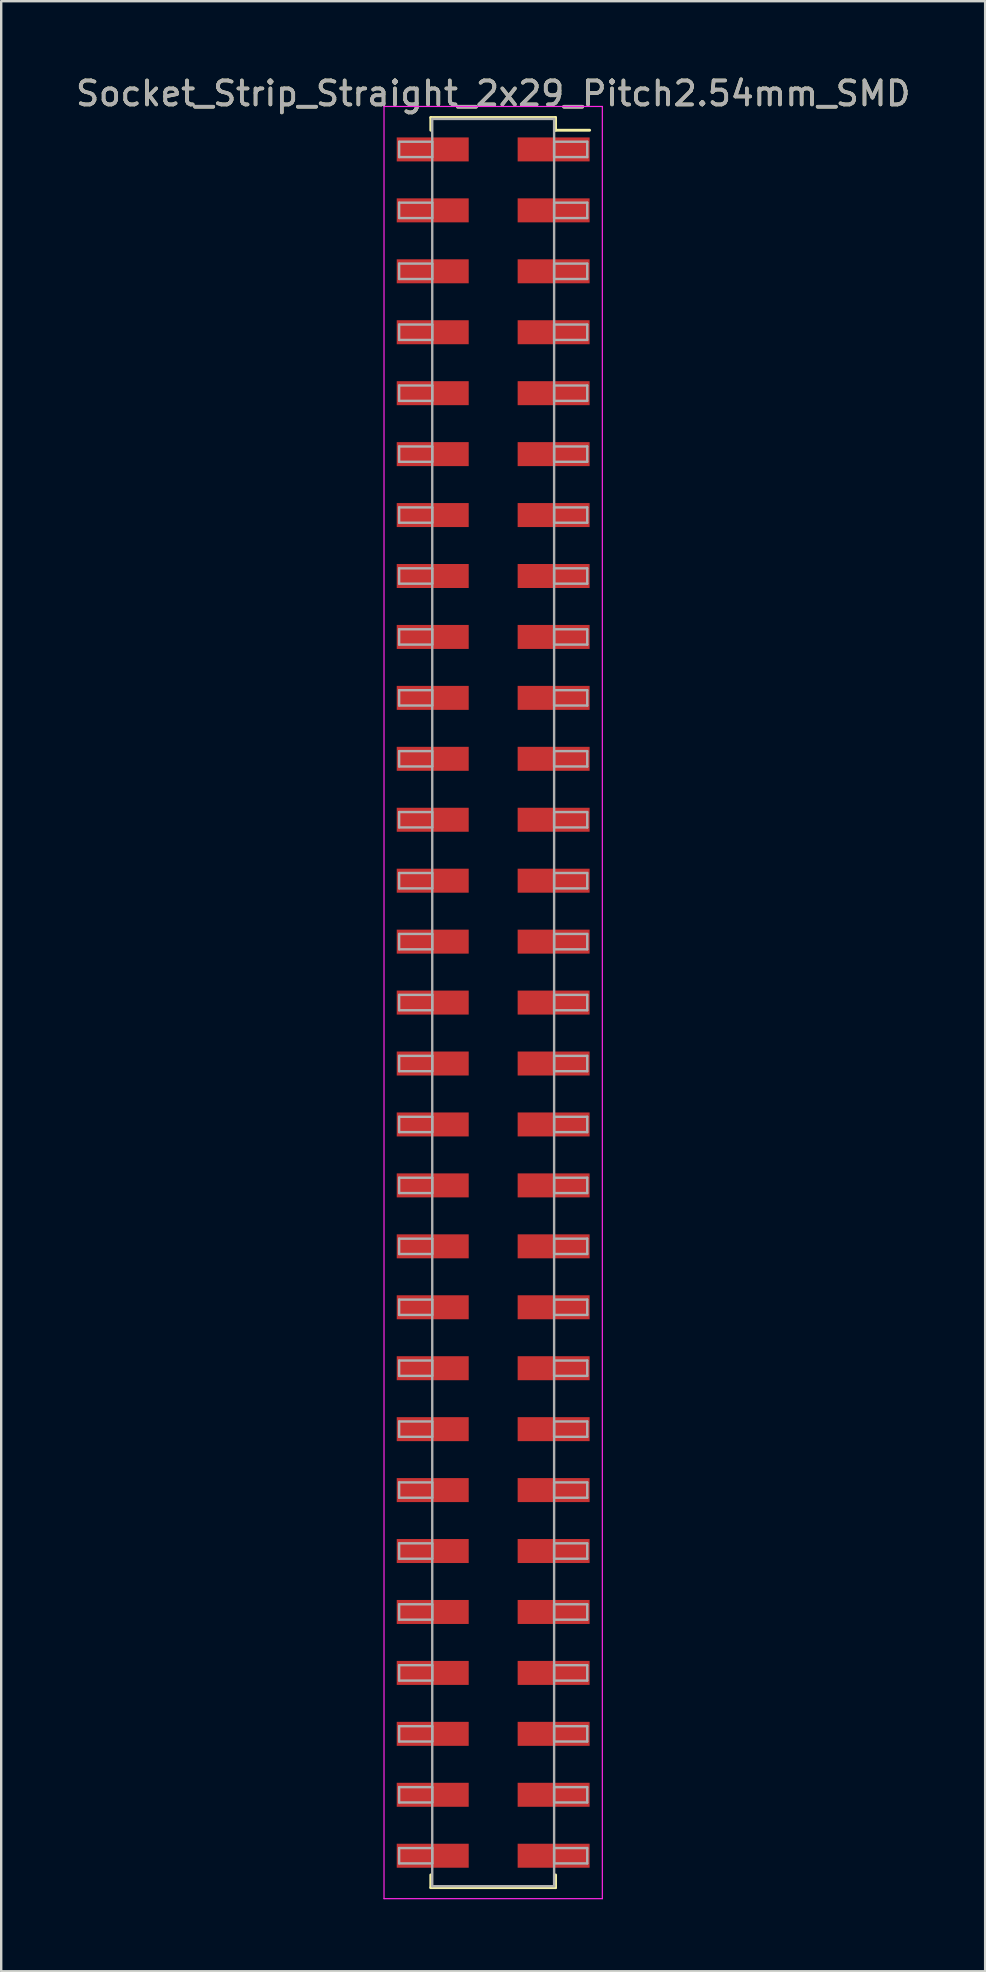
<source format=kicad_pcb>
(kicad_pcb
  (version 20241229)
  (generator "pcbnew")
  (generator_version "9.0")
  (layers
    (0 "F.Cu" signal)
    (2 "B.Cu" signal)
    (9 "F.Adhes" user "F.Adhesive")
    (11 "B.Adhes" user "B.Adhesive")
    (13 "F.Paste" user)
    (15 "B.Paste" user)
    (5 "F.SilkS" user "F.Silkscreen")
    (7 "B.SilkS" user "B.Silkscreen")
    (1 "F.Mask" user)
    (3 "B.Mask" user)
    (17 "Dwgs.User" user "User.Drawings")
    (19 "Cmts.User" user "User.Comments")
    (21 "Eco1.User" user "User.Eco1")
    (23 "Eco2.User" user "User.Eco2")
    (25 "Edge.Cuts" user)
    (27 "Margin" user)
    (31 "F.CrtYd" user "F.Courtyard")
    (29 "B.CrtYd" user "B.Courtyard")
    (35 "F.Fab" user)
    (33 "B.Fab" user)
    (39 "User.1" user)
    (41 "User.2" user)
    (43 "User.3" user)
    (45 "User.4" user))
  (footprint "Socket_Strip_Straight_2x29_Pitch2.54mm_SMD"
    (layer "F.Cu")
    (at 17.506 38.738)
    (property "Reference" "Socket_Strip_Straight_2x29_Pitch2.54mm_SMD" (at 0 -37.89 0) (layer "F.SilkS") (effects (font (size 1 1) (thickness 0.15))))
    (attr smd)
    (fp_line (start -2.6 -36.89) (end 2.6 -36.89) (stroke (width 0.12) (type solid)) (layer "F.SilkS"))
    (fp_line (start -2.6 -36.36) (end -2.6 -36.89) (stroke (width 0.12) (type solid)) (layer "F.SilkS"))
    (fp_line (start -2.6 36.36) (end -2.6 36.89) (stroke (width 0.12) (type solid)) (layer "F.SilkS"))
    (fp_line (start -2.6 36.89) (end 2.6 36.89) (stroke (width 0.12) (type solid)) (layer "F.SilkS"))
    (fp_line (start 2.6 -36.89) (end 2.6 -36.36) (stroke (width 0.12) (type solid)) (layer "F.SilkS"))
    (fp_line (start 2.6 36.89) (end 2.6 36.36) (stroke (width 0.12) (type solid)) (layer "F.SilkS"))
    (fp_line (start 4.02 -36.36) (end 2.6 -36.36) (stroke (width 0.12) (type solid)) (layer "F.SilkS"))
    (fp_line (start -4.55 -37.35) (end -4.55 37.35) (stroke (width 0.05) (type solid)) (layer "F.CrtYd"))
    (fp_line (start -4.55 37.35) (end 4.55 37.35) (stroke (width 0.05) (type solid)) (layer "F.CrtYd"))
    (fp_line (start 4.55 -37.35) (end -4.55 -37.35) (stroke (width 0.05) (type solid)) (layer "F.CrtYd"))
    (fp_line (start 4.55 37.35) (end 4.55 -37.35) (stroke (width 0.05) (type solid)) (layer "F.CrtYd"))
    (fp_line (start -3.92 -35.88) (end -2.54 -35.88) (stroke (width 0.1) (type solid)) (layer "F.Fab"))
    (fp_line (start -3.92 -35.24) (end -3.92 -35.88) (stroke (width 0.1) (type solid)) (layer "F.Fab"))
    (fp_line (start -3.92 -33.34) (end -2.54 -33.34) (stroke (width 0.1) (type solid)) (layer "F.Fab"))
    (fp_line (start -3.92 -32.7) (end -3.92 -33.34) (stroke (width 0.1) (type solid)) (layer "F.Fab"))
    (fp_line (start -3.92 -30.8) (end -2.54 -30.8) (stroke (width 0.1) (type solid)) (layer "F.Fab"))
    (fp_line (start -3.92 -30.16) (end -3.92 -30.8) (stroke (width 0.1) (type solid)) (layer "F.Fab"))
    (fp_line (start -3.92 -28.26) (end -2.54 -28.26) (stroke (width 0.1) (type solid)) (layer "F.Fab"))
    (fp_line (start -3.92 -27.62) (end -3.92 -28.26) (stroke (width 0.1) (type solid)) (layer "F.Fab"))
    (fp_line (start -3.92 -25.72) (end -2.54 -25.72) (stroke (width 0.1) (type solid)) (layer "F.Fab"))
    (fp_line (start -3.92 -25.08) (end -3.92 -25.72) (stroke (width 0.1) (type solid)) (layer "F.Fab"))
    (fp_line (start -3.92 -23.18) (end -2.54 -23.18) (stroke (width 0.1) (type solid)) (layer "F.Fab"))
    (fp_line (start -3.92 -22.54) (end -3.92 -23.18) (stroke (width 0.1) (type solid)) (layer "F.Fab"))
    (fp_line (start -3.92 -20.64) (end -2.54 -20.64) (stroke (width 0.1) (type solid)) (layer "F.Fab"))
    (fp_line (start -3.92 -20) (end -3.92 -20.64) (stroke (width 0.1) (type solid)) (layer "F.Fab"))
    (fp_line (start -3.92 -18.1) (end -2.54 -18.1) (stroke (width 0.1) (type solid)) (layer "F.Fab"))
    (fp_line (start -3.92 -17.46) (end -3.92 -18.1) (stroke (width 0.1) (type solid)) (layer "F.Fab"))
    (fp_line (start -3.92 -15.56) (end -2.54 -15.56) (stroke (width 0.1) (type solid)) (layer "F.Fab"))
    (fp_line (start -3.92 -14.92) (end -3.92 -15.56) (stroke (width 0.1) (type solid)) (layer "F.Fab"))
    (fp_line (start -3.92 -13.02) (end -2.54 -13.02) (stroke (width 0.1) (type solid)) (layer "F.Fab"))
    (fp_line (start -3.92 -12.38) (end -3.92 -13.02) (stroke (width 0.1) (type solid)) (layer "F.Fab"))
    (fp_line (start -3.92 -10.48) (end -2.54 -10.48) (stroke (width 0.1) (type solid)) (layer "F.Fab"))
    (fp_line (start -3.92 -9.84) (end -3.92 -10.48) (stroke (width 0.1) (type solid)) (layer "F.Fab"))
    (fp_line (start -3.92 -7.94) (end -2.54 -7.94) (stroke (width 0.1) (type solid)) (layer "F.Fab"))
    (fp_line (start -3.92 -7.3) (end -3.92 -7.94) (stroke (width 0.1) (type solid)) (layer "F.Fab"))
    (fp_line (start -3.92 -5.4) (end -2.54 -5.4) (stroke (width 0.1) (type solid)) (layer "F.Fab"))
    (fp_line (start -3.92 -4.76) (end -3.92 -5.4) (stroke (width 0.1) (type solid)) (layer "F.Fab"))
    (fp_line (start -3.92 -2.86) (end -2.54 -2.86) (stroke (width 0.1) (type solid)) (layer "F.Fab"))
    (fp_line (start -3.92 -2.22) (end -3.92 -2.86) (stroke (width 0.1) (type solid)) (layer "F.Fab"))
    (fp_line (start -3.92 -0.32) (end -2.54 -0.32) (stroke (width 0.1) (type solid)) (layer "F.Fab"))
    (fp_line (start -3.92 0.32) (end -3.92 -0.32) (stroke (width 0.1) (type solid)) (layer "F.Fab"))
    (fp_line (start -3.92 2.22) (end -2.54 2.22) (stroke (width 0.1) (type solid)) (layer "F.Fab"))
    (fp_line (start -3.92 2.86) (end -3.92 2.22) (stroke (width 0.1) (type solid)) (layer "F.Fab"))
    (fp_line (start -3.92 4.76) (end -2.54 4.76) (stroke (width 0.1) (type solid)) (layer "F.Fab"))
    (fp_line (start -3.92 5.4) (end -3.92 4.76) (stroke (width 0.1) (type solid)) (layer "F.Fab"))
    (fp_line (start -3.92 7.3) (end -2.54 7.3) (stroke (width 0.1) (type solid)) (layer "F.Fab"))
    (fp_line (start -3.92 7.94) (end -3.92 7.3) (stroke (width 0.1) (type solid)) (layer "F.Fab"))
    (fp_line (start -3.92 9.84) (end -2.54 9.84) (stroke (width 0.1) (type solid)) (layer "F.Fab"))
    (fp_line (start -3.92 10.48) (end -3.92 9.84) (stroke (width 0.1) (type solid)) (layer "F.Fab"))
    (fp_line (start -3.92 12.38) (end -2.54 12.38) (stroke (width 0.1) (type solid)) (layer "F.Fab"))
    (fp_line (start -3.92 13.02) (end -3.92 12.38) (stroke (width 0.1) (type solid)) (layer "F.Fab"))
    (fp_line (start -3.92 14.92) (end -2.54 14.92) (stroke (width 0.1) (type solid)) (layer "F.Fab"))
    (fp_line (start -3.92 15.56) (end -3.92 14.92) (stroke (width 0.1) (type solid)) (layer "F.Fab"))
    (fp_line (start -3.92 17.46) (end -2.54 17.46) (stroke (width 0.1) (type solid)) (layer "F.Fab"))
    (fp_line (start -3.92 18.1) (end -3.92 17.46) (stroke (width 0.1) (type solid)) (layer "F.Fab"))
    (fp_line (start -3.92 20) (end -2.54 20) (stroke (width 0.1) (type solid)) (layer "F.Fab"))
    (fp_line (start -3.92 20.64) (end -3.92 20) (stroke (width 0.1) (type solid)) (layer "F.Fab"))
    (fp_line (start -3.92 22.54) (end -2.54 22.54) (stroke (width 0.1) (type solid)) (layer "F.Fab"))
    (fp_line (start -3.92 23.18) (end -3.92 22.54) (stroke (width 0.1) (type solid)) (layer "F.Fab"))
    (fp_line (start -3.92 25.08) (end -2.54 25.08) (stroke (width 0.1) (type solid)) (layer "F.Fab"))
    (fp_line (start -3.92 25.72) (end -3.92 25.08) (stroke (width 0.1) (type solid)) (layer "F.Fab"))
    (fp_line (start -3.92 27.62) (end -2.54 27.62) (stroke (width 0.1) (type solid)) (layer "F.Fab"))
    (fp_line (start -3.92 28.26) (end -3.92 27.62) (stroke (width 0.1) (type solid)) (layer "F.Fab"))
    (fp_line (start -3.92 30.16) (end -2.54 30.16) (stroke (width 0.1) (type solid)) (layer "F.Fab"))
    (fp_line (start -3.92 30.8) (end -3.92 30.16) (stroke (width 0.1) (type solid)) (layer "F.Fab"))
    (fp_line (start -3.92 32.7) (end -2.54 32.7) (stroke (width 0.1) (type solid)) (layer "F.Fab"))
    (fp_line (start -3.92 33.34) (end -3.92 32.7) (stroke (width 0.1) (type solid)) (layer "F.Fab"))
    (fp_line (start -3.92 35.24) (end -2.54 35.24) (stroke (width 0.1) (type solid)) (layer "F.Fab"))
    (fp_line (start -3.92 35.88) (end -3.92 35.24) (stroke (width 0.1) (type solid)) (layer "F.Fab"))
    (fp_line (start -2.54 -36.83) (end -2.54 36.83) (stroke (width 0.1) (type solid)) (layer "F.Fab"))
    (fp_line (start -2.54 -35.88) (end -2.54 -35.24) (stroke (width 0.1) (type solid)) (layer "F.Fab"))
    (fp_line (start -2.54 -35.24) (end -3.92 -35.24) (stroke (width 0.1) (type solid)) (layer "F.Fab"))
    (fp_line (start -2.54 -33.34) (end -2.54 -32.7) (stroke (width 0.1) (type solid)) (layer "F.Fab"))
    (fp_line (start -2.54 -32.7) (end -3.92 -32.7) (stroke (width 0.1) (type solid)) (layer "F.Fab"))
    (fp_line (start -2.54 -30.8) (end -2.54 -30.16) (stroke (width 0.1) (type solid)) (layer "F.Fab"))
    (fp_line (start -2.54 -30.16) (end -3.92 -30.16) (stroke (width 0.1) (type solid)) (layer "F.Fab"))
    (fp_line (start -2.54 -28.26) (end -2.54 -27.62) (stroke (width 0.1) (type solid)) (layer "F.Fab"))
    (fp_line (start -2.54 -27.62) (end -3.92 -27.62) (stroke (width 0.1) (type solid)) (layer "F.Fab"))
    (fp_line (start -2.54 -25.72) (end -2.54 -25.08) (stroke (width 0.1) (type solid)) (layer "F.Fab"))
    (fp_line (start -2.54 -25.08) (end -3.92 -25.08) (stroke (width 0.1) (type solid)) (layer "F.Fab"))
    (fp_line (start -2.54 -23.18) (end -2.54 -22.54) (stroke (width 0.1) (type solid)) (layer "F.Fab"))
    (fp_line (start -2.54 -22.54) (end -3.92 -22.54) (stroke (width 0.1) (type solid)) (layer "F.Fab"))
    (fp_line (start -2.54 -20.64) (end -2.54 -20) (stroke (width 0.1) (type solid)) (layer "F.Fab"))
    (fp_line (start -2.54 -20) (end -3.92 -20) (stroke (width 0.1) (type solid)) (layer "F.Fab"))
    (fp_line (start -2.54 -18.1) (end -2.54 -17.46) (stroke (width 0.1) (type solid)) (layer "F.Fab"))
    (fp_line (start -2.54 -17.46) (end -3.92 -17.46) (stroke (width 0.1) (type solid)) (layer "F.Fab"))
    (fp_line (start -2.54 -15.56) (end -2.54 -14.92) (stroke (width 0.1) (type solid)) (layer "F.Fab"))
    (fp_line (start -2.54 -14.92) (end -3.92 -14.92) (stroke (width 0.1) (type solid)) (layer "F.Fab"))
    (fp_line (start -2.54 -13.02) (end -2.54 -12.38) (stroke (width 0.1) (type solid)) (layer "F.Fab"))
    (fp_line (start -2.54 -12.38) (end -3.92 -12.38) (stroke (width 0.1) (type solid)) (layer "F.Fab"))
    (fp_line (start -2.54 -10.48) (end -2.54 -9.84) (stroke (width 0.1) (type solid)) (layer "F.Fab"))
    (fp_line (start -2.54 -9.84) (end -3.92 -9.84) (stroke (width 0.1) (type solid)) (layer "F.Fab"))
    (fp_line (start -2.54 -7.94) (end -2.54 -7.3) (stroke (width 0.1) (type solid)) (layer "F.Fab"))
    (fp_line (start -2.54 -7.3) (end -3.92 -7.3) (stroke (width 0.1) (type solid)) (layer "F.Fab"))
    (fp_line (start -2.54 -5.4) (end -2.54 -4.76) (stroke (width 0.1) (type solid)) (layer "F.Fab"))
    (fp_line (start -2.54 -4.76) (end -3.92 -4.76) (stroke (width 0.1) (type solid)) (layer "F.Fab"))
    (fp_line (start -2.54 -2.86) (end -2.54 -2.22) (stroke (width 0.1) (type solid)) (layer "F.Fab"))
    (fp_line (start -2.54 -2.22) (end -3.92 -2.22) (stroke (width 0.1) (type solid)) (layer "F.Fab"))
    (fp_line (start -2.54 -0.32) (end -2.54 0.32) (stroke (width 0.1) (type solid)) (layer "F.Fab"))
    (fp_line (start -2.54 0.32) (end -3.92 0.32) (stroke (width 0.1) (type solid)) (layer "F.Fab"))
    (fp_line (start -2.54 2.22) (end -2.54 2.86) (stroke (width 0.1) (type solid)) (layer "F.Fab"))
    (fp_line (start -2.54 2.86) (end -3.92 2.86) (stroke (width 0.1) (type solid)) (layer "F.Fab"))
    (fp_line (start -2.54 4.76) (end -2.54 5.4) (stroke (width 0.1) (type solid)) (layer "F.Fab"))
    (fp_line (start -2.54 5.4) (end -3.92 5.4) (stroke (width 0.1) (type solid)) (layer "F.Fab"))
    (fp_line (start -2.54 7.3) (end -2.54 7.94) (stroke (width 0.1) (type solid)) (layer "F.Fab"))
    (fp_line (start -2.54 7.94) (end -3.92 7.94) (stroke (width 0.1) (type solid)) (layer "F.Fab"))
    (fp_line (start -2.54 9.84) (end -2.54 10.48) (stroke (width 0.1) (type solid)) (layer "F.Fab"))
    (fp_line (start -2.54 10.48) (end -3.92 10.48) (stroke (width 0.1) (type solid)) (layer "F.Fab"))
    (fp_line (start -2.54 12.38) (end -2.54 13.02) (stroke (width 0.1) (type solid)) (layer "F.Fab"))
    (fp_line (start -2.54 13.02) (end -3.92 13.02) (stroke (width 0.1) (type solid)) (layer "F.Fab"))
    (fp_line (start -2.54 14.92) (end -2.54 15.56) (stroke (width 0.1) (type solid)) (layer "F.Fab"))
    (fp_line (start -2.54 15.56) (end -3.92 15.56) (stroke (width 0.1) (type solid)) (layer "F.Fab"))
    (fp_line (start -2.54 17.46) (end -2.54 18.1) (stroke (width 0.1) (type solid)) (layer "F.Fab"))
    (fp_line (start -2.54 18.1) (end -3.92 18.1) (stroke (width 0.1) (type solid)) (layer "F.Fab"))
    (fp_line (start -2.54 20) (end -2.54 20.64) (stroke (width 0.1) (type solid)) (layer "F.Fab"))
    (fp_line (start -2.54 20.64) (end -3.92 20.64) (stroke (width 0.1) (type solid)) (layer "F.Fab"))
    (fp_line (start -2.54 22.54) (end -2.54 23.18) (stroke (width 0.1) (type solid)) (layer "F.Fab"))
    (fp_line (start -2.54 23.18) (end -3.92 23.18) (stroke (width 0.1) (type solid)) (layer "F.Fab"))
    (fp_line (start -2.54 25.08) (end -2.54 25.72) (stroke (width 0.1) (type solid)) (layer "F.Fab"))
    (fp_line (start -2.54 25.72) (end -3.92 25.72) (stroke (width 0.1) (type solid)) (layer "F.Fab"))
    (fp_line (start -2.54 27.62) (end -2.54 28.26) (stroke (width 0.1) (type solid)) (layer "F.Fab"))
    (fp_line (start -2.54 28.26) (end -3.92 28.26) (stroke (width 0.1) (type solid)) (layer "F.Fab"))
    (fp_line (start -2.54 30.16) (end -2.54 30.8) (stroke (width 0.1) (type solid)) (layer "F.Fab"))
    (fp_line (start -2.54 30.8) (end -3.92 30.8) (stroke (width 0.1) (type solid)) (layer "F.Fab"))
    (fp_line (start -2.54 32.7) (end -2.54 33.34) (stroke (width 0.1) (type solid)) (layer "F.Fab"))
    (fp_line (start -2.54 33.34) (end -3.92 33.34) (stroke (width 0.1) (type solid)) (layer "F.Fab"))
    (fp_line (start -2.54 35.24) (end -2.54 35.88) (stroke (width 0.1) (type solid)) (layer "F.Fab"))
    (fp_line (start -2.54 35.88) (end -3.92 35.88) (stroke (width 0.1) (type solid)) (layer "F.Fab"))
    (fp_line (start -2.54 36.83) (end 2.54 36.83) (stroke (width 0.1) (type solid)) (layer "F.Fab"))
    (fp_line (start 2.54 -36.83) (end -2.54 -36.83) (stroke (width 0.1) (type solid)) (layer "F.Fab"))
    (fp_line (start 2.54 -35.88) (end 2.54 -35.24) (stroke (width 0.1) (type solid)) (layer "F.Fab"))
    (fp_line (start 2.54 -35.24) (end 3.92 -35.24) (stroke (width 0.1) (type solid)) (layer "F.Fab"))
    (fp_line (start 2.54 -33.34) (end 2.54 -32.7) (stroke (width 0.1) (type solid)) (layer "F.Fab"))
    (fp_line (start 2.54 -32.7) (end 3.92 -32.7) (stroke (width 0.1) (type solid)) (layer "F.Fab"))
    (fp_line (start 2.54 -30.8) (end 2.54 -30.16) (stroke (width 0.1) (type solid)) (layer "F.Fab"))
    (fp_line (start 2.54 -30.16) (end 3.92 -30.16) (stroke (width 0.1) (type solid)) (layer "F.Fab"))
    (fp_line (start 2.54 -28.26) (end 2.54 -27.62) (stroke (width 0.1) (type solid)) (layer "F.Fab"))
    (fp_line (start 2.54 -27.62) (end 3.92 -27.62) (stroke (width 0.1) (type solid)) (layer "F.Fab"))
    (fp_line (start 2.54 -25.72) (end 2.54 -25.08) (stroke (width 0.1) (type solid)) (layer "F.Fab"))
    (fp_line (start 2.54 -25.08) (end 3.92 -25.08) (stroke (width 0.1) (type solid)) (layer "F.Fab"))
    (fp_line (start 2.54 -23.18) (end 2.54 -22.54) (stroke (width 0.1) (type solid)) (layer "F.Fab"))
    (fp_line (start 2.54 -22.54) (end 3.92 -22.54) (stroke (width 0.1) (type solid)) (layer "F.Fab"))
    (fp_line (start 2.54 -20.64) (end 2.54 -20) (stroke (width 0.1) (type solid)) (layer "F.Fab"))
    (fp_line (start 2.54 -20) (end 3.92 -20) (stroke (width 0.1) (type solid)) (layer "F.Fab"))
    (fp_line (start 2.54 -18.1) (end 2.54 -17.46) (stroke (width 0.1) (type solid)) (layer "F.Fab"))
    (fp_line (start 2.54 -17.46) (end 3.92 -17.46) (stroke (width 0.1) (type solid)) (layer "F.Fab"))
    (fp_line (start 2.54 -15.56) (end 2.54 -14.92) (stroke (width 0.1) (type solid)) (layer "F.Fab"))
    (fp_line (start 2.54 -14.92) (end 3.92 -14.92) (stroke (width 0.1) (type solid)) (layer "F.Fab"))
    (fp_line (start 2.54 -13.02) (end 2.54 -12.38) (stroke (width 0.1) (type solid)) (layer "F.Fab"))
    (fp_line (start 2.54 -12.38) (end 3.92 -12.38) (stroke (width 0.1) (type solid)) (layer "F.Fab"))
    (fp_line (start 2.54 -10.48) (end 2.54 -9.84) (stroke (width 0.1) (type solid)) (layer "F.Fab"))
    (fp_line (start 2.54 -9.84) (end 3.92 -9.84) (stroke (width 0.1) (type solid)) (layer "F.Fab"))
    (fp_line (start 2.54 -7.94) (end 2.54 -7.3) (stroke (width 0.1) (type solid)) (layer "F.Fab"))
    (fp_line (start 2.54 -7.3) (end 3.92 -7.3) (stroke (width 0.1) (type solid)) (layer "F.Fab"))
    (fp_line (start 2.54 -5.4) (end 2.54 -4.76) (stroke (width 0.1) (type solid)) (layer "F.Fab"))
    (fp_line (start 2.54 -4.76) (end 3.92 -4.76) (stroke (width 0.1) (type solid)) (layer "F.Fab"))
    (fp_line (start 2.54 -2.86) (end 2.54 -2.22) (stroke (width 0.1) (type solid)) (layer "F.Fab"))
    (fp_line (start 2.54 -2.22) (end 3.92 -2.22) (stroke (width 0.1) (type solid)) (layer "F.Fab"))
    (fp_line (start 2.54 -0.32) (end 2.54 0.32) (stroke (width 0.1) (type solid)) (layer "F.Fab"))
    (fp_line (start 2.54 0.32) (end 3.92 0.32) (stroke (width 0.1) (type solid)) (layer "F.Fab"))
    (fp_line (start 2.54 2.22) (end 2.54 2.86) (stroke (width 0.1) (type solid)) (layer "F.Fab"))
    (fp_line (start 2.54 2.86) (end 3.92 2.86) (stroke (width 0.1) (type solid)) (layer "F.Fab"))
    (fp_line (start 2.54 4.76) (end 2.54 5.4) (stroke (width 0.1) (type solid)) (layer "F.Fab"))
    (fp_line (start 2.54 5.4) (end 3.92 5.4) (stroke (width 0.1) (type solid)) (layer "F.Fab"))
    (fp_line (start 2.54 7.3) (end 2.54 7.94) (stroke (width 0.1) (type solid)) (layer "F.Fab"))
    (fp_line (start 2.54 7.94) (end 3.92 7.94) (stroke (width 0.1) (type solid)) (layer "F.Fab"))
    (fp_line (start 2.54 9.84) (end 2.54 10.48) (stroke (width 0.1) (type solid)) (layer "F.Fab"))
    (fp_line (start 2.54 10.48) (end 3.92 10.48) (stroke (width 0.1) (type solid)) (layer "F.Fab"))
    (fp_line (start 2.54 12.38) (end 2.54 13.02) (stroke (width 0.1) (type solid)) (layer "F.Fab"))
    (fp_line (start 2.54 13.02) (end 3.92 13.02) (stroke (width 0.1) (type solid)) (layer "F.Fab"))
    (fp_line (start 2.54 14.92) (end 2.54 15.56) (stroke (width 0.1) (type solid)) (layer "F.Fab"))
    (fp_line (start 2.54 15.56) (end 3.92 15.56) (stroke (width 0.1) (type solid)) (layer "F.Fab"))
    (fp_line (start 2.54 17.46) (end 2.54 18.1) (stroke (width 0.1) (type solid)) (layer "F.Fab"))
    (fp_line (start 2.54 18.1) (end 3.92 18.1) (stroke (width 0.1) (type solid)) (layer "F.Fab"))
    (fp_line (start 2.54 20) (end 2.54 20.64) (stroke (width 0.1) (type solid)) (layer "F.Fab"))
    (fp_line (start 2.54 20.64) (end 3.92 20.64) (stroke (width 0.1) (type solid)) (layer "F.Fab"))
    (fp_line (start 2.54 22.54) (end 2.54 23.18) (stroke (width 0.1) (type solid)) (layer "F.Fab"))
    (fp_line (start 2.54 23.18) (end 3.92 23.18) (stroke (width 0.1) (type solid)) (layer "F.Fab"))
    (fp_line (start 2.54 25.08) (end 2.54 25.72) (stroke (width 0.1) (type solid)) (layer "F.Fab"))
    (fp_line (start 2.54 25.72) (end 3.92 25.72) (stroke (width 0.1) (type solid)) (layer "F.Fab"))
    (fp_line (start 2.54 27.62) (end 2.54 28.26) (stroke (width 0.1) (type solid)) (layer "F.Fab"))
    (fp_line (start 2.54 28.26) (end 3.92 28.26) (stroke (width 0.1) (type solid)) (layer "F.Fab"))
    (fp_line (start 2.54 30.16) (end 2.54 30.8) (stroke (width 0.1) (type solid)) (layer "F.Fab"))
    (fp_line (start 2.54 30.8) (end 3.92 30.8) (stroke (width 0.1) (type solid)) (layer "F.Fab"))
    (fp_line (start 2.54 32.7) (end 2.54 33.34) (stroke (width 0.1) (type solid)) (layer "F.Fab"))
    (fp_line (start 2.54 33.34) (end 3.92 33.34) (stroke (width 0.1) (type solid)) (layer "F.Fab"))
    (fp_line (start 2.54 35.24) (end 2.54 35.88) (stroke (width 0.1) (type solid)) (layer "F.Fab"))
    (fp_line (start 2.54 35.88) (end 3.92 35.88) (stroke (width 0.1) (type solid)) (layer "F.Fab"))
    (fp_line (start 2.54 36.83) (end 2.54 -36.83) (stroke (width 0.1) (type solid)) (layer "F.Fab"))
    (fp_line (start 3.92 -35.88) (end 2.54 -35.88) (stroke (width 0.1) (type solid)) (layer "F.Fab"))
    (fp_line (start 3.92 -35.24) (end 3.92 -35.88) (stroke (width 0.1) (type solid)) (layer "F.Fab"))
    (fp_line (start 3.92 -33.34) (end 2.54 -33.34) (stroke (width 0.1) (type solid)) (layer "F.Fab"))
    (fp_line (start 3.92 -32.7) (end 3.92 -33.34) (stroke (width 0.1) (type solid)) (layer "F.Fab"))
    (fp_line (start 3.92 -30.8) (end 2.54 -30.8) (stroke (width 0.1) (type solid)) (layer "F.Fab"))
    (fp_line (start 3.92 -30.16) (end 3.92 -30.8) (stroke (width 0.1) (type solid)) (layer "F.Fab"))
    (fp_line (start 3.92 -28.26) (end 2.54 -28.26) (stroke (width 0.1) (type solid)) (layer "F.Fab"))
    (fp_line (start 3.92 -27.62) (end 3.92 -28.26) (stroke (width 0.1) (type solid)) (layer "F.Fab"))
    (fp_line (start 3.92 -25.72) (end 2.54 -25.72) (stroke (width 0.1) (type solid)) (layer "F.Fab"))
    (fp_line (start 3.92 -25.08) (end 3.92 -25.72) (stroke (width 0.1) (type solid)) (layer "F.Fab"))
    (fp_line (start 3.92 -23.18) (end 2.54 -23.18) (stroke (width 0.1) (type solid)) (layer "F.Fab"))
    (fp_line (start 3.92 -22.54) (end 3.92 -23.18) (stroke (width 0.1) (type solid)) (layer "F.Fab"))
    (fp_line (start 3.92 -20.64) (end 2.54 -20.64) (stroke (width 0.1) (type solid)) (layer "F.Fab"))
    (fp_line (start 3.92 -20) (end 3.92 -20.64) (stroke (width 0.1) (type solid)) (layer "F.Fab"))
    (fp_line (start 3.92 -18.1) (end 2.54 -18.1) (stroke (width 0.1) (type solid)) (layer "F.Fab"))
    (fp_line (start 3.92 -17.46) (end 3.92 -18.1) (stroke (width 0.1) (type solid)) (layer "F.Fab"))
    (fp_line (start 3.92 -15.56) (end 2.54 -15.56) (stroke (width 0.1) (type solid)) (layer "F.Fab"))
    (fp_line (start 3.92 -14.92) (end 3.92 -15.56) (stroke (width 0.1) (type solid)) (layer "F.Fab"))
    (fp_line (start 3.92 -13.02) (end 2.54 -13.02) (stroke (width 0.1) (type solid)) (layer "F.Fab"))
    (fp_line (start 3.92 -12.38) (end 3.92 -13.02) (stroke (width 0.1) (type solid)) (layer "F.Fab"))
    (fp_line (start 3.92 -10.48) (end 2.54 -10.48) (stroke (width 0.1) (type solid)) (layer "F.Fab"))
    (fp_line (start 3.92 -9.84) (end 3.92 -10.48) (stroke (width 0.1) (type solid)) (layer "F.Fab"))
    (fp_line (start 3.92 -7.94) (end 2.54 -7.94) (stroke (width 0.1) (type solid)) (layer "F.Fab"))
    (fp_line (start 3.92 -7.3) (end 3.92 -7.94) (stroke (width 0.1) (type solid)) (layer "F.Fab"))
    (fp_line (start 3.92 -5.4) (end 2.54 -5.4) (stroke (width 0.1) (type solid)) (layer "F.Fab"))
    (fp_line (start 3.92 -4.76) (end 3.92 -5.4) (stroke (width 0.1) (type solid)) (layer "F.Fab"))
    (fp_line (start 3.92 -2.86) (end 2.54 -2.86) (stroke (width 0.1) (type solid)) (layer "F.Fab"))
    (fp_line (start 3.92 -2.22) (end 3.92 -2.86) (stroke (width 0.1) (type solid)) (layer "F.Fab"))
    (fp_line (start 3.92 -0.32) (end 2.54 -0.32) (stroke (width 0.1) (type solid)) (layer "F.Fab"))
    (fp_line (start 3.92 0.32) (end 3.92 -0.32) (stroke (width 0.1) (type solid)) (layer "F.Fab"))
    (fp_line (start 3.92 2.22) (end 2.54 2.22) (stroke (width 0.1) (type solid)) (layer "F.Fab"))
    (fp_line (start 3.92 2.86) (end 3.92 2.22) (stroke (width 0.1) (type solid)) (layer "F.Fab"))
    (fp_line (start 3.92 4.76) (end 2.54 4.76) (stroke (width 0.1) (type solid)) (layer "F.Fab"))
    (fp_line (start 3.92 5.4) (end 3.92 4.76) (stroke (width 0.1) (type solid)) (layer "F.Fab"))
    (fp_line (start 3.92 7.3) (end 2.54 7.3) (stroke (width 0.1) (type solid)) (layer "F.Fab"))
    (fp_line (start 3.92 7.94) (end 3.92 7.3) (stroke (width 0.1) (type solid)) (layer "F.Fab"))
    (fp_line (start 3.92 9.84) (end 2.54 9.84) (stroke (width 0.1) (type solid)) (layer "F.Fab"))
    (fp_line (start 3.92 10.48) (end 3.92 9.84) (stroke (width 0.1) (type solid)) (layer "F.Fab"))
    (fp_line (start 3.92 12.38) (end 2.54 12.38) (stroke (width 0.1) (type solid)) (layer "F.Fab"))
    (fp_line (start 3.92 13.02) (end 3.92 12.38) (stroke (width 0.1) (type solid)) (layer "F.Fab"))
    (fp_line (start 3.92 14.92) (end 2.54 14.92) (stroke (width 0.1) (type solid)) (layer "F.Fab"))
    (fp_line (start 3.92 15.56) (end 3.92 14.92) (stroke (width 0.1) (type solid)) (layer "F.Fab"))
    (fp_line (start 3.92 17.46) (end 2.54 17.46) (stroke (width 0.1) (type solid)) (layer "F.Fab"))
    (fp_line (start 3.92 18.1) (end 3.92 17.46) (stroke (width 0.1) (type solid)) (layer "F.Fab"))
    (fp_line (start 3.92 20) (end 2.54 20) (stroke (width 0.1) (type solid)) (layer "F.Fab"))
    (fp_line (start 3.92 20.64) (end 3.92 20) (stroke (width 0.1) (type solid)) (layer "F.Fab"))
    (fp_line (start 3.92 22.54) (end 2.54 22.54) (stroke (width 0.1) (type solid)) (layer "F.Fab"))
    (fp_line (start 3.92 23.18) (end 3.92 22.54) (stroke (width 0.1) (type solid)) (layer "F.Fab"))
    (fp_line (start 3.92 25.08) (end 2.54 25.08) (stroke (width 0.1) (type solid)) (layer "F.Fab"))
    (fp_line (start 3.92 25.72) (end 3.92 25.08) (stroke (width 0.1) (type solid)) (layer "F.Fab"))
    (fp_line (start 3.92 27.62) (end 2.54 27.62) (stroke (width 0.1) (type solid)) (layer "F.Fab"))
    (fp_line (start 3.92 28.26) (end 3.92 27.62) (stroke (width 0.1) (type solid)) (layer "F.Fab"))
    (fp_line (start 3.92 30.16) (end 2.54 30.16) (stroke (width 0.1) (type solid)) (layer "F.Fab"))
    (fp_line (start 3.92 30.8) (end 3.92 30.16) (stroke (width 0.1) (type solid)) (layer "F.Fab"))
    (fp_line (start 3.92 32.7) (end 2.54 32.7) (stroke (width 0.1) (type solid)) (layer "F.Fab"))
    (fp_line (start 3.92 33.34) (end 3.92 32.7) (stroke (width 0.1) (type solid)) (layer "F.Fab"))
    (fp_line (start 3.92 35.24) (end 2.54 35.24) (stroke (width 0.1) (type solid)) (layer "F.Fab"))
    (fp_line (start 3.92 35.88) (end 3.92 35.24) (stroke (width 0.1) (type solid)) (layer "F.Fab"))
    (fp_text user "${REFERENCE}" (at 0 -37.89 0) (layer "F.Fab") (effects (font (size 1 1) (thickness 0.15))))
    (pad "1" smd rect (at 2.52 -35.56) (size 3 1) (layers "F.Cu" "F.Mask" "F.Paste"))
    (pad "2" smd rect (at -2.52 -35.56) (size 3 1) (layers "F.Cu" "F.Mask" "F.Paste"))
    (pad "3" smd rect (at 2.52 -33.02) (size 3 1) (layers "F.Cu" "F.Mask" "F.Paste"))
    (pad "4" smd rect (at -2.52 -33.02) (size 3 1) (layers "F.Cu" "F.Mask" "F.Paste"))
    (pad "5" smd rect (at 2.52 -30.48) (size 3 1) (layers "F.Cu" "F.Mask" "F.Paste"))
    (pad "6" smd rect (at -2.52 -30.48) (size 3 1) (layers "F.Cu" "F.Mask" "F.Paste"))
    (pad "7" smd rect (at 2.52 -27.94) (size 3 1) (layers "F.Cu" "F.Mask" "F.Paste"))
    (pad "8" smd rect (at -2.52 -27.94) (size 3 1) (layers "F.Cu" "F.Mask" "F.Paste"))
    (pad "9" smd rect (at 2.52 -25.4) (size 3 1) (layers "F.Cu" "F.Mask" "F.Paste"))
    (pad "10" smd rect (at -2.52 -25.4) (size 3 1) (layers "F.Cu" "F.Mask" "F.Paste"))
    (pad "11" smd rect (at 2.52 -22.86) (size 3 1) (layers "F.Cu" "F.Mask" "F.Paste"))
    (pad "12" smd rect (at -2.52 -22.86) (size 3 1) (layers "F.Cu" "F.Mask" "F.Paste"))
    (pad "13" smd rect (at 2.52 -20.32) (size 3 1) (layers "F.Cu" "F.Mask" "F.Paste"))
    (pad "14" smd rect (at -2.52 -20.32) (size 3 1) (layers "F.Cu" "F.Mask" "F.Paste"))
    (pad "15" smd rect (at 2.52 -17.78) (size 3 1) (layers "F.Cu" "F.Mask" "F.Paste"))
    (pad "16" smd rect (at -2.52 -17.78) (size 3 1) (layers "F.Cu" "F.Mask" "F.Paste"))
    (pad "17" smd rect (at 2.52 -15.24) (size 3 1) (layers "F.Cu" "F.Mask" "F.Paste"))
    (pad "18" smd rect (at -2.52 -15.24) (size 3 1) (layers "F.Cu" "F.Mask" "F.Paste"))
    (pad "19" smd rect (at 2.52 -12.7) (size 3 1) (layers "F.Cu" "F.Mask" "F.Paste"))
    (pad "20" smd rect (at -2.52 -12.7) (size 3 1) (layers "F.Cu" "F.Mask" "F.Paste"))
    (pad "21" smd rect (at 2.52 -10.16) (size 3 1) (layers "F.Cu" "F.Mask" "F.Paste"))
    (pad "22" smd rect (at -2.52 -10.16) (size 3 1) (layers "F.Cu" "F.Mask" "F.Paste"))
    (pad "23" smd rect (at 2.52 -7.62) (size 3 1) (layers "F.Cu" "F.Mask" "F.Paste"))
    (pad "24" smd rect (at -2.52 -7.62) (size 3 1) (layers "F.Cu" "F.Mask" "F.Paste"))
    (pad "25" smd rect (at 2.52 -5.08) (size 3 1) (layers "F.Cu" "F.Mask" "F.Paste"))
    (pad "26" smd rect (at -2.52 -5.08) (size 3 1) (layers "F.Cu" "F.Mask" "F.Paste"))
    (pad "27" smd rect (at 2.52 -2.54) (size 3 1) (layers "F.Cu" "F.Mask" "F.Paste"))
    (pad "28" smd rect (at -2.52 -2.54) (size 3 1) (layers "F.Cu" "F.Mask" "F.Paste"))
    (pad "29" smd rect (at 2.52 0) (size 3 1) (layers "F.Cu" "F.Mask" "F.Paste"))
    (pad "30" smd rect (at -2.52 0) (size 3 1) (layers "F.Cu" "F.Mask" "F.Paste"))
    (pad "31" smd rect (at 2.52 2.54) (size 3 1) (layers "F.Cu" "F.Mask" "F.Paste"))
    (pad "32" smd rect (at -2.52 2.54) (size 3 1) (layers "F.Cu" "F.Mask" "F.Paste"))
    (pad "33" smd rect (at 2.52 5.08) (size 3 1) (layers "F.Cu" "F.Mask" "F.Paste"))
    (pad "34" smd rect (at -2.52 5.08) (size 3 1) (layers "F.Cu" "F.Mask" "F.Paste"))
    (pad "35" smd rect (at 2.52 7.62) (size 3 1) (layers "F.Cu" "F.Mask" "F.Paste"))
    (pad "36" smd rect (at -2.52 7.62) (size 3 1) (layers "F.Cu" "F.Mask" "F.Paste"))
    (pad "37" smd rect (at 2.52 10.16) (size 3 1) (layers "F.Cu" "F.Mask" "F.Paste"))
    (pad "38" smd rect (at -2.52 10.16) (size 3 1) (layers "F.Cu" "F.Mask" "F.Paste"))
    (pad "39" smd rect (at 2.52 12.7) (size 3 1) (layers "F.Cu" "F.Mask" "F.Paste"))
    (pad "40" smd rect (at -2.52 12.7) (size 3 1) (layers "F.Cu" "F.Mask" "F.Paste"))
    (pad "41" smd rect (at 2.52 15.24) (size 3 1) (layers "F.Cu" "F.Mask" "F.Paste"))
    (pad "42" smd rect (at -2.52 15.24) (size 3 1) (layers "F.Cu" "F.Mask" "F.Paste"))
    (pad "43" smd rect (at 2.52 17.78) (size 3 1) (layers "F.Cu" "F.Mask" "F.Paste"))
    (pad "44" smd rect (at -2.52 17.78) (size 3 1) (layers "F.Cu" "F.Mask" "F.Paste"))
    (pad "45" smd rect (at 2.52 20.32) (size 3 1) (layers "F.Cu" "F.Mask" "F.Paste"))
    (pad "46" smd rect (at -2.52 20.32) (size 3 1) (layers "F.Cu" "F.Mask" "F.Paste"))
    (pad "47" smd rect (at 2.52 22.86) (size 3 1) (layers "F.Cu" "F.Mask" "F.Paste"))
    (pad "48" smd rect (at -2.52 22.86) (size 3 1) (layers "F.Cu" "F.Mask" "F.Paste"))
    (pad "49" smd rect (at 2.52 25.4) (size 3 1) (layers "F.Cu" "F.Mask" "F.Paste"))
    (pad "50" smd rect (at -2.52 25.4) (size 3 1) (layers "F.Cu" "F.Mask" "F.Paste"))
    (pad "51" smd rect (at 2.52 27.94) (size 3 1) (layers "F.Cu" "F.Mask" "F.Paste"))
    (pad "52" smd rect (at -2.52 27.94) (size 3 1) (layers "F.Cu" "F.Mask" "F.Paste"))
    (pad "53" smd rect (at 2.52 30.48) (size 3 1) (layers "F.Cu" "F.Mask" "F.Paste"))
    (pad "54" smd rect (at -2.52 30.48) (size 3 1) (layers "F.Cu" "F.Mask" "F.Paste"))
    (pad "55" smd rect (at 2.52 33.02) (size 3 1) (layers "F.Cu" "F.Mask" "F.Paste"))
    (pad "56" smd rect (at -2.52 33.02) (size 3 1) (layers "F.Cu" "F.Mask" "F.Paste"))
    (pad "57" smd rect (at 2.52 35.56) (size 3 1) (layers "F.Cu" "F.Mask" "F.Paste"))
    (pad "58" smd rect (at -2.52 35.56) (size 3 1) (layers "F.Cu" "F.Mask" "F.Paste")))
  (gr_rect
    (start -3 -3)
    (end 38.012 79.113)
    (stroke (width 0.1) (type default))
    (fill no)
    (layer "Edge.Cuts")))
</source>
